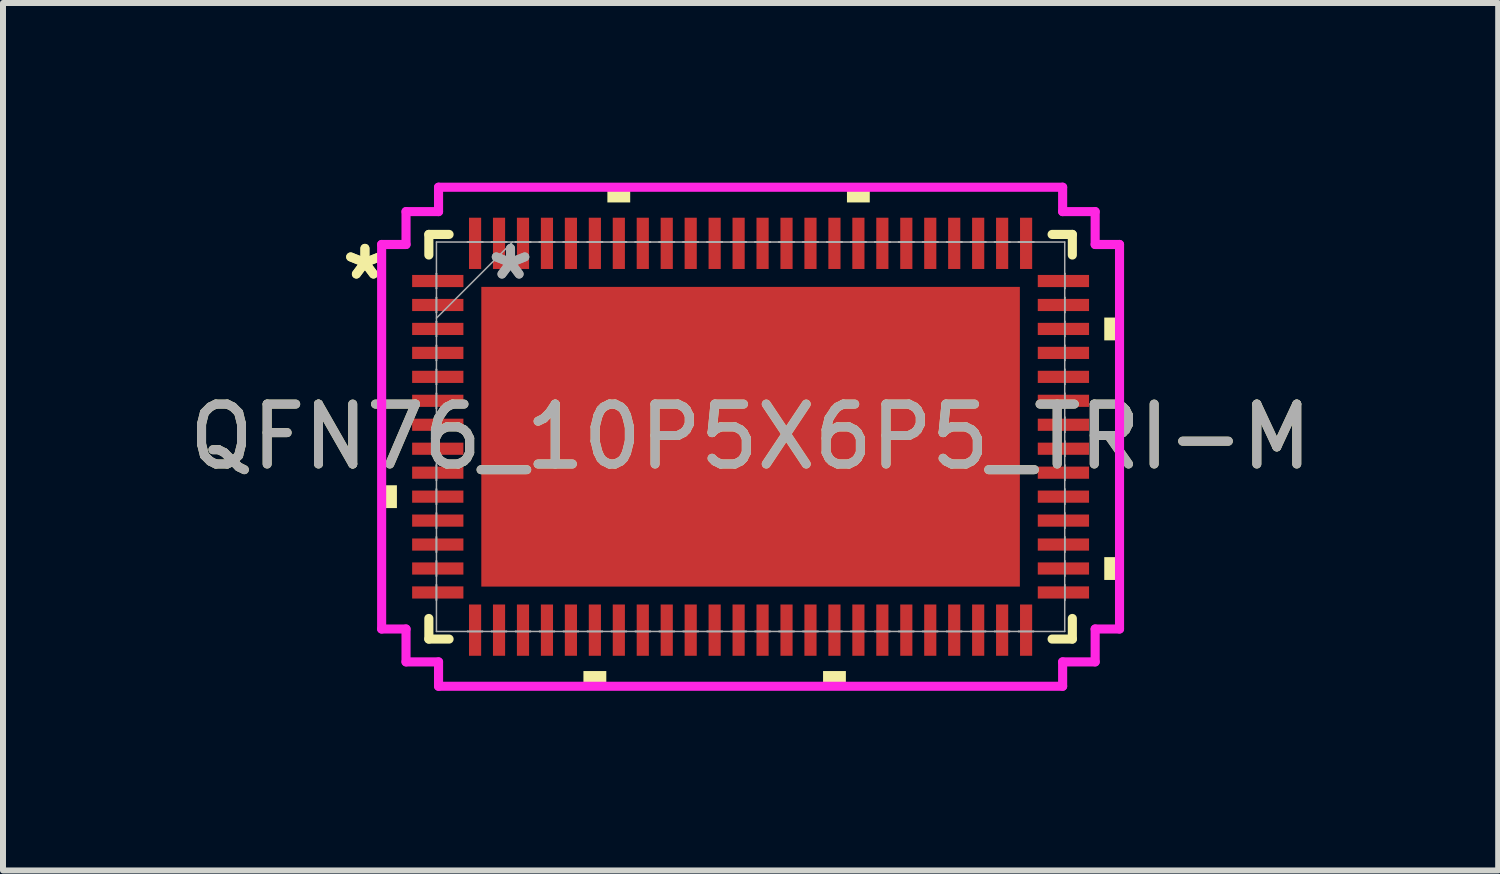
<source format=kicad_pcb>
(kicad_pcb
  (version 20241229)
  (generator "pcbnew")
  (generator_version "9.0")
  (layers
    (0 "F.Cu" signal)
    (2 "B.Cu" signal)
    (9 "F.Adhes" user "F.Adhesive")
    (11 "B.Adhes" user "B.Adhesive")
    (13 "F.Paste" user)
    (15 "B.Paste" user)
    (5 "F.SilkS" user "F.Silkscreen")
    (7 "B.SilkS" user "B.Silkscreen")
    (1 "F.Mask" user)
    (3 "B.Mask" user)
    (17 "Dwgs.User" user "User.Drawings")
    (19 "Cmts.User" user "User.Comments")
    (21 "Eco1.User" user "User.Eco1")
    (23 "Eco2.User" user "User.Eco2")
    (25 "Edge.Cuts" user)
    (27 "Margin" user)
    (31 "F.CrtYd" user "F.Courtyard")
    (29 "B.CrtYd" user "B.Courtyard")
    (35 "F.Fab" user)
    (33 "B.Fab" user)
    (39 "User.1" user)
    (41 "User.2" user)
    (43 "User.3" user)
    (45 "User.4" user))
  (footprint "QFN76_10P5X6P5_TRI-M"
    (layer "F.Cu")
    (at 9.482 4.242)
    (property "Reference" "QFN76_10P5X6P5_TRI-M" (at 0 0 0) (unlocked yes) (layer "F.SilkS") (effects (font (size 1 1) (thickness 0.15))))
    (attr smd)
    (fp_line (start -5.372 -3.378) (end -5.372 -3.034) (stroke (width 0.152) (type solid)) (layer "F.SilkS"))
    (fp_line (start -5.372 3.034) (end -5.372 3.378) (stroke (width 0.152) (type solid)) (layer "F.SilkS"))
    (fp_line (start -5.372 3.378) (end -5.034 3.378) (stroke (width 0.152) (type solid)) (layer "F.SilkS"))
    (fp_line (start -5.034 -3.378) (end -5.372 -3.378) (stroke (width 0.152) (type solid)) (layer "F.SilkS"))
    (fp_line (start 5.034 3.378) (end 5.372 3.378) (stroke (width 0.152) (type solid)) (layer "F.SilkS"))
    (fp_line (start 5.372 -3.378) (end 5.034 -3.378) (stroke (width 0.152) (type solid)) (layer "F.SilkS"))
    (fp_line (start 5.372 -3.034) (end 5.372 -3.378) (stroke (width 0.152) (type solid)) (layer "F.SilkS"))
    (fp_line (start 5.372 3.378) (end 5.372 3.034) (stroke (width 0.152) (type solid)) (layer "F.SilkS"))
    (fp_poly (pts (xy -6.16 0.81) (xy -6.16 1.191) (xy -5.905 1.191) (xy -5.905 0.81)) (stroke (width 0) (type solid)) (fill yes) (layer "F.SilkS"))
    (fp_poly (pts (xy -2.791 3.912) (xy -2.791 4.166) (xy -2.409 4.166) (xy -2.409 3.912)) (stroke (width 0) (type solid)) (fill yes) (layer "F.SilkS"))
    (fp_poly (pts (xy -2.391 -3.912) (xy -2.391 -4.166) (xy -2.01 -4.166) (xy -2.01 -3.912)) (stroke (width 0) (type solid)) (fill yes) (layer "F.SilkS"))
    (fp_poly (pts (xy 1.21 3.912) (xy 1.21 4.166) (xy 1.591 4.166) (xy 1.591 3.912)) (stroke (width 0) (type solid)) (fill yes) (layer "F.SilkS"))
    (fp_poly (pts (xy 1.609 -3.912) (xy 1.609 -4.166) (xy 1.99 -4.166) (xy 1.99 -3.912)) (stroke (width 0) (type solid)) (fill yes) (layer "F.SilkS"))
    (fp_poly (pts (xy 6.16 -1.99) (xy 6.16 -1.609) (xy 5.905 -1.609) (xy 5.905 -1.99)) (stroke (width 0) (type solid)) (fill yes) (layer "F.SilkS"))
    (fp_poly (pts (xy 6.16 2.01) (xy 6.16 2.391) (xy 5.905 2.391) (xy 5.905 2.01)) (stroke (width 0) (type solid)) (fill yes) (layer "F.SilkS"))
    (fp_line (start -6.16 -3.21) (end -5.753 -3.21) (stroke (width 0.152) (type solid)) (layer "F.CrtYd"))
    (fp_line (start -6.16 3.21) (end -6.16 -3.21) (stroke (width 0.152) (type solid)) (layer "F.CrtYd"))
    (fp_line (start -5.753 -3.759) (end -5.21 -3.759) (stroke (width 0.152) (type solid)) (layer "F.CrtYd"))
    (fp_line (start -5.753 -3.21) (end -5.753 -3.759) (stroke (width 0.152) (type solid)) (layer "F.CrtYd"))
    (fp_line (start -5.753 3.21) (end -6.16 3.21) (stroke (width 0.152) (type solid)) (layer "F.CrtYd"))
    (fp_line (start -5.753 3.759) (end -5.753 3.21) (stroke (width 0.152) (type solid)) (layer "F.CrtYd"))
    (fp_line (start -5.21 -4.166) (end 5.21 -4.166) (stroke (width 0.152) (type solid)) (layer "F.CrtYd"))
    (fp_line (start -5.21 -3.759) (end -5.21 -4.166) (stroke (width 0.152) (type solid)) (layer "F.CrtYd"))
    (fp_line (start -5.21 3.759) (end -5.753 3.759) (stroke (width 0.152) (type solid)) (layer "F.CrtYd"))
    (fp_line (start -5.21 4.166) (end -5.21 3.759) (stroke (width 0.152) (type solid)) (layer "F.CrtYd"))
    (fp_line (start 5.21 -4.166) (end 5.21 -3.759) (stroke (width 0.152) (type solid)) (layer "F.CrtYd"))
    (fp_line (start 5.21 -3.759) (end 5.753 -3.759) (stroke (width 0.152) (type solid)) (layer "F.CrtYd"))
    (fp_line (start 5.21 3.759) (end 5.21 4.166) (stroke (width 0.152) (type solid)) (layer "F.CrtYd"))
    (fp_line (start 5.21 4.166) (end -5.21 4.166) (stroke (width 0.152) (type solid)) (layer "F.CrtYd"))
    (fp_line (start 5.753 -3.759) (end 5.753 -3.21) (stroke (width 0.152) (type solid)) (layer "F.CrtYd"))
    (fp_line (start 5.753 -3.21) (end 6.16 -3.21) (stroke (width 0.152) (type solid)) (layer "F.CrtYd"))
    (fp_line (start 5.753 3.21) (end 5.753 3.759) (stroke (width 0.152) (type solid)) (layer "F.CrtYd"))
    (fp_line (start 5.753 3.759) (end 5.21 3.759) (stroke (width 0.152) (type solid)) (layer "F.CrtYd"))
    (fp_line (start 6.16 -3.21) (end 6.16 3.21) (stroke (width 0.152) (type solid)) (layer "F.CrtYd"))
    (fp_line (start 6.16 3.21) (end 5.753 3.21) (stroke (width 0.152) (type solid)) (layer "F.CrtYd"))
    (fp_line (start -5.245 -3.251) (end -5.245 3.251) (stroke (width 0.025) (type solid)) (layer "F.Fab"))
    (fp_line (start -5.245 -2.727) (end -5.245 -2.727) (stroke (width 0.025) (type solid)) (layer "F.Fab"))
    (fp_line (start -5.245 -2.727) (end -5.245 -2.473) (stroke (width 0.025) (type solid)) (layer "F.Fab"))
    (fp_line (start -5.245 -2.473) (end -5.245 -2.727) (stroke (width 0.025) (type solid)) (layer "F.Fab"))
    (fp_line (start -5.245 -2.473) (end -5.245 -2.473) (stroke (width 0.025) (type solid)) (layer "F.Fab"))
    (fp_line (start -5.245 -2.327) (end -5.245 -2.327) (stroke (width 0.025) (type solid)) (layer "F.Fab"))
    (fp_line (start -5.245 -2.327) (end -5.245 -2.073) (stroke (width 0.025) (type solid)) (layer "F.Fab"))
    (fp_line (start -5.245 -2.073) (end -5.245 -2.327) (stroke (width 0.025) (type solid)) (layer "F.Fab"))
    (fp_line (start -5.245 -2.073) (end -5.245 -2.073) (stroke (width 0.025) (type solid)) (layer "F.Fab"))
    (fp_line (start -5.245 -1.981) (end -3.975 -3.251) (stroke (width 0.025) (type solid)) (layer "F.Fab"))
    (fp_line (start -5.245 -1.927) (end -5.245 -1.927) (stroke (width 0.025) (type solid)) (layer "F.Fab"))
    (fp_line (start -5.245 -1.927) (end -5.245 -1.673) (stroke (width 0.025) (type solid)) (layer "F.Fab"))
    (fp_line (start -5.245 -1.673) (end -5.245 -1.927) (stroke (width 0.025) (type solid)) (layer "F.Fab"))
    (fp_line (start -5.245 -1.673) (end -5.245 -1.673) (stroke (width 0.025) (type solid)) (layer "F.Fab"))
    (fp_line (start -5.245 -1.527) (end -5.245 -1.527) (stroke (width 0.025) (type solid)) (layer "F.Fab"))
    (fp_line (start -5.245 -1.527) (end -5.245 -1.273) (stroke (width 0.025) (type solid)) (layer "F.Fab"))
    (fp_line (start -5.245 -1.273) (end -5.245 -1.527) (stroke (width 0.025) (type solid)) (layer "F.Fab"))
    (fp_line (start -5.245 -1.273) (end -5.245 -1.273) (stroke (width 0.025) (type solid)) (layer "F.Fab"))
    (fp_line (start -5.245 -1.127) (end -5.245 -1.127) (stroke (width 0.025) (type solid)) (layer "F.Fab"))
    (fp_line (start -5.245 -1.127) (end -5.245 -0.873) (stroke (width 0.025) (type solid)) (layer "F.Fab"))
    (fp_line (start -5.245 -0.873) (end -5.245 -1.127) (stroke (width 0.025) (type solid)) (layer "F.Fab"))
    (fp_line (start -5.245 -0.873) (end -5.245 -0.873) (stroke (width 0.025) (type solid)) (layer "F.Fab"))
    (fp_line (start -5.245 -0.727) (end -5.245 -0.727) (stroke (width 0.025) (type solid)) (layer "F.Fab"))
    (fp_line (start -5.245 -0.727) (end -5.245 -0.473) (stroke (width 0.025) (type solid)) (layer "F.Fab"))
    (fp_line (start -5.245 -0.473) (end -5.245 -0.727) (stroke (width 0.025) (type solid)) (layer "F.Fab"))
    (fp_line (start -5.245 -0.473) (end -5.245 -0.473) (stroke (width 0.025) (type solid)) (layer "F.Fab"))
    (fp_line (start -5.245 -0.327) (end -5.245 -0.327) (stroke (width 0.025) (type solid)) (layer "F.Fab"))
    (fp_line (start -5.245 -0.327) (end -5.245 -0.073) (stroke (width 0.025) (type solid)) (layer "F.Fab"))
    (fp_line (start -5.245 -0.073) (end -5.245 -0.327) (stroke (width 0.025) (type solid)) (layer "F.Fab"))
    (fp_line (start -5.245 -0.073) (end -5.245 -0.073) (stroke (width 0.025) (type solid)) (layer "F.Fab"))
    (fp_line (start -5.245 0.073) (end -5.245 0.073) (stroke (width 0.025) (type solid)) (layer "F.Fab"))
    (fp_line (start -5.245 0.073) (end -5.245 0.327) (stroke (width 0.025) (type solid)) (layer "F.Fab"))
    (fp_line (start -5.245 0.327) (end -5.245 0.073) (stroke (width 0.025) (type solid)) (layer "F.Fab"))
    (fp_line (start -5.245 0.327) (end -5.245 0.327) (stroke (width 0.025) (type solid)) (layer "F.Fab"))
    (fp_line (start -5.245 0.473) (end -5.245 0.473) (stroke (width 0.025) (type solid)) (layer "F.Fab"))
    (fp_line (start -5.245 0.473) (end -5.245 0.727) (stroke (width 0.025) (type solid)) (layer "F.Fab"))
    (fp_line (start -5.245 0.727) (end -5.245 0.473) (stroke (width 0.025) (type solid)) (layer "F.Fab"))
    (fp_line (start -5.245 0.727) (end -5.245 0.727) (stroke (width 0.025) (type solid)) (layer "F.Fab"))
    (fp_line (start -5.245 0.873) (end -5.245 0.873) (stroke (width 0.025) (type solid)) (layer "F.Fab"))
    (fp_line (start -5.245 0.873) (end -5.245 1.127) (stroke (width 0.025) (type solid)) (layer "F.Fab"))
    (fp_line (start -5.245 1.127) (end -5.245 0.873) (stroke (width 0.025) (type solid)) (layer "F.Fab"))
    (fp_line (start -5.245 1.127) (end -5.245 1.127) (stroke (width 0.025) (type solid)) (layer "F.Fab"))
    (fp_line (start -5.245 1.273) (end -5.245 1.273) (stroke (width 0.025) (type solid)) (layer "F.Fab"))
    (fp_line (start -5.245 1.273) (end -5.245 1.527) (stroke (width 0.025) (type solid)) (layer "F.Fab"))
    (fp_line (start -5.245 1.527) (end -5.245 1.273) (stroke (width 0.025) (type solid)) (layer "F.Fab"))
    (fp_line (start -5.245 1.527) (end -5.245 1.527) (stroke (width 0.025) (type solid)) (layer "F.Fab"))
    (fp_line (start -5.245 1.673) (end -5.245 1.673) (stroke (width 0.025) (type solid)) (layer "F.Fab"))
    (fp_line (start -5.245 1.673) (end -5.245 1.927) (stroke (width 0.025) (type solid)) (layer "F.Fab"))
    (fp_line (start -5.245 1.927) (end -5.245 1.673) (stroke (width 0.025) (type solid)) (layer "F.Fab"))
    (fp_line (start -5.245 1.927) (end -5.245 1.927) (stroke (width 0.025) (type solid)) (layer "F.Fab"))
    (fp_line (start -5.245 2.073) (end -5.245 2.073) (stroke (width 0.025) (type solid)) (layer "F.Fab"))
    (fp_line (start -5.245 2.073) (end -5.245 2.327) (stroke (width 0.025) (type solid)) (layer "F.Fab"))
    (fp_line (start -5.245 2.327) (end -5.245 2.073) (stroke (width 0.025) (type solid)) (layer "F.Fab"))
    (fp_line (start -5.245 2.327) (end -5.245 2.327) (stroke (width 0.025) (type solid)) (layer "F.Fab"))
    (fp_line (start -5.245 2.473) (end -5.245 2.473) (stroke (width 0.025) (type solid)) (layer "F.Fab"))
    (fp_line (start -5.245 2.473) (end -5.245 2.727) (stroke (width 0.025) (type solid)) (layer "F.Fab"))
    (fp_line (start -5.245 2.727) (end -5.245 2.473) (stroke (width 0.025) (type solid)) (layer "F.Fab"))
    (fp_line (start -5.245 2.727) (end -5.245 2.727) (stroke (width 0.025) (type solid)) (layer "F.Fab"))
    (fp_line (start -5.245 3.251) (end 5.245 3.251) (stroke (width 0.025) (type solid)) (layer "F.Fab"))
    (fp_line (start -4.727 -3.251) (end -4.727 -3.251) (stroke (width 0.025) (type solid)) (layer "F.Fab"))
    (fp_line (start -4.727 -3.251) (end -4.473 -3.251) (stroke (width 0.025) (type solid)) (layer "F.Fab"))
    (fp_line (start -4.727 3.251) (end -4.727 3.251) (stroke (width 0.025) (type solid)) (layer "F.Fab"))
    (fp_line (start -4.727 3.251) (end -4.473 3.251) (stroke (width 0.025) (type solid)) (layer "F.Fab"))
    (fp_line (start -4.473 -3.251) (end -4.727 -3.251) (stroke (width 0.025) (type solid)) (layer "F.Fab"))
    (fp_line (start -4.473 -3.251) (end -4.473 -3.251) (stroke (width 0.025) (type solid)) (layer "F.Fab"))
    (fp_line (start -4.473 3.251) (end -4.727 3.251) (stroke (width 0.025) (type solid)) (layer "F.Fab"))
    (fp_line (start -4.473 3.251) (end -4.473 3.251) (stroke (width 0.025) (type solid)) (layer "F.Fab"))
    (fp_line (start -4.327 -3.251) (end -4.327 -3.251) (stroke (width 0.025) (type solid)) (layer "F.Fab"))
    (fp_line (start -4.327 -3.251) (end -4.073 -3.251) (stroke (width 0.025) (type solid)) (layer "F.Fab"))
    (fp_line (start -4.327 3.251) (end -4.327 3.251) (stroke (width 0.025) (type solid)) (layer "F.Fab"))
    (fp_line (start -4.327 3.251) (end -4.073 3.251) (stroke (width 0.025) (type solid)) (layer "F.Fab"))
    (fp_line (start -4.073 -3.251) (end -4.327 -3.251) (stroke (width 0.025) (type solid)) (layer "F.Fab"))
    (fp_line (start -4.073 -3.251) (end -4.073 -3.251) (stroke (width 0.025) (type solid)) (layer "F.Fab"))
    (fp_line (start -4.073 3.251) (end -4.327 3.251) (stroke (width 0.025) (type solid)) (layer "F.Fab"))
    (fp_line (start -4.073 3.251) (end -4.073 3.251) (stroke (width 0.025) (type solid)) (layer "F.Fab"))
    (fp_line (start -3.927 -3.251) (end -3.927 -3.251) (stroke (width 0.025) (type solid)) (layer "F.Fab"))
    (fp_line (start -3.927 -3.251) (end -3.673 -3.251) (stroke (width 0.025) (type solid)) (layer "F.Fab"))
    (fp_line (start -3.927 3.251) (end -3.927 3.251) (stroke (width 0.025) (type solid)) (layer "F.Fab"))
    (fp_line (start -3.927 3.251) (end -3.673 3.251) (stroke (width 0.025) (type solid)) (layer "F.Fab"))
    (fp_line (start -3.673 -3.251) (end -3.927 -3.251) (stroke (width 0.025) (type solid)) (layer "F.Fab"))
    (fp_line (start -3.673 -3.251) (end -3.673 -3.251) (stroke (width 0.025) (type solid)) (layer "F.Fab"))
    (fp_line (start -3.673 3.251) (end -3.927 3.251) (stroke (width 0.025) (type solid)) (layer "F.Fab"))
    (fp_line (start -3.673 3.251) (end -3.673 3.251) (stroke (width 0.025) (type solid)) (layer "F.Fab"))
    (fp_line (start -3.527 -3.251) (end -3.527 -3.251) (stroke (width 0.025) (type solid)) (layer "F.Fab"))
    (fp_line (start -3.527 -3.251) (end -3.273 -3.251) (stroke (width 0.025) (type solid)) (layer "F.Fab"))
    (fp_line (start -3.527 3.251) (end -3.527 3.251) (stroke (width 0.025) (type solid)) (layer "F.Fab"))
    (fp_line (start -3.527 3.251) (end -3.273 3.251) (stroke (width 0.025) (type solid)) (layer "F.Fab"))
    (fp_line (start -3.273 -3.251) (end -3.527 -3.251) (stroke (width 0.025) (type solid)) (layer "F.Fab"))
    (fp_line (start -3.273 -3.251) (end -3.273 -3.251) (stroke (width 0.025) (type solid)) (layer "F.Fab"))
    (fp_line (start -3.273 3.251) (end -3.527 3.251) (stroke (width 0.025) (type solid)) (layer "F.Fab"))
    (fp_line (start -3.273 3.251) (end -3.273 3.251) (stroke (width 0.025) (type solid)) (layer "F.Fab"))
    (fp_line (start -3.127 -3.251) (end -3.127 -3.251) (stroke (width 0.025) (type solid)) (layer "F.Fab"))
    (fp_line (start -3.127 -3.251) (end -2.873 -3.251) (stroke (width 0.025) (type solid)) (layer "F.Fab"))
    (fp_line (start -3.127 3.251) (end -3.127 3.251) (stroke (width 0.025) (type solid)) (layer "F.Fab"))
    (fp_line (start -3.127 3.251) (end -2.873 3.251) (stroke (width 0.025) (type solid)) (layer "F.Fab"))
    (fp_line (start -2.873 -3.251) (end -3.127 -3.251) (stroke (width 0.025) (type solid)) (layer "F.Fab"))
    (fp_line (start -2.873 -3.251) (end -2.873 -3.251) (stroke (width 0.025) (type solid)) (layer "F.Fab"))
    (fp_line (start -2.873 3.251) (end -3.127 3.251) (stroke (width 0.025) (type solid)) (layer "F.Fab"))
    (fp_line (start -2.873 3.251) (end -2.873 3.251) (stroke (width 0.025) (type solid)) (layer "F.Fab"))
    (fp_line (start -2.727 -3.251) (end -2.727 -3.251) (stroke (width 0.025) (type solid)) (layer "F.Fab"))
    (fp_line (start -2.727 -3.251) (end -2.473 -3.251) (stroke (width 0.025) (type solid)) (layer "F.Fab"))
    (fp_line (start -2.727 3.251) (end -2.727 3.251) (stroke (width 0.025) (type solid)) (layer "F.Fab"))
    (fp_line (start -2.727 3.251) (end -2.473 3.251) (stroke (width 0.025) (type solid)) (layer "F.Fab"))
    (fp_line (start -2.473 -3.251) (end -2.727 -3.251) (stroke (width 0.025) (type solid)) (layer "F.Fab"))
    (fp_line (start -2.473 -3.251) (end -2.473 -3.251) (stroke (width 0.025) (type solid)) (layer "F.Fab"))
    (fp_line (start -2.473 3.251) (end -2.727 3.251) (stroke (width 0.025) (type solid)) (layer "F.Fab"))
    (fp_line (start -2.473 3.251) (end -2.473 3.251) (stroke (width 0.025) (type solid)) (layer "F.Fab"))
    (fp_line (start -2.327 -3.251) (end -2.327 -3.251) (stroke (width 0.025) (type solid)) (layer "F.Fab"))
    (fp_line (start -2.327 -3.251) (end -2.073 -3.251) (stroke (width 0.025) (type solid)) (layer "F.Fab"))
    (fp_line (start -2.327 3.251) (end -2.327 3.251) (stroke (width 0.025) (type solid)) (layer "F.Fab"))
    (fp_line (start -2.327 3.251) (end -2.073 3.251) (stroke (width 0.025) (type solid)) (layer "F.Fab"))
    (fp_line (start -2.073 -3.251) (end -2.327 -3.251) (stroke (width 0.025) (type solid)) (layer "F.Fab"))
    (fp_line (start -2.073 -3.251) (end -2.073 -3.251) (stroke (width 0.025) (type solid)) (layer "F.Fab"))
    (fp_line (start -2.073 3.251) (end -2.327 3.251) (stroke (width 0.025) (type solid)) (layer "F.Fab"))
    (fp_line (start -2.073 3.251) (end -2.073 3.251) (stroke (width 0.025) (type solid)) (layer "F.Fab"))
    (fp_line (start -1.927 -3.251) (end -1.927 -3.251) (stroke (width 0.025) (type solid)) (layer "F.Fab"))
    (fp_line (start -1.927 -3.251) (end -1.673 -3.251) (stroke (width 0.025) (type solid)) (layer "F.Fab"))
    (fp_line (start -1.927 3.251) (end -1.927 3.251) (stroke (width 0.025) (type solid)) (layer "F.Fab"))
    (fp_line (start -1.927 3.251) (end -1.673 3.251) (stroke (width 0.025) (type solid)) (layer "F.Fab"))
    (fp_line (start -1.673 -3.251) (end -1.927 -3.251) (stroke (width 0.025) (type solid)) (layer "F.Fab"))
    (fp_line (start -1.673 -3.251) (end -1.673 -3.251) (stroke (width 0.025) (type solid)) (layer "F.Fab"))
    (fp_line (start -1.673 3.251) (end -1.927 3.251) (stroke (width 0.025) (type solid)) (layer "F.Fab"))
    (fp_line (start -1.673 3.251) (end -1.673 3.251) (stroke (width 0.025) (type solid)) (layer "F.Fab"))
    (fp_line (start -1.527 -3.251) (end -1.527 -3.251) (stroke (width 0.025) (type solid)) (layer "F.Fab"))
    (fp_line (start -1.527 -3.251) (end -1.273 -3.251) (stroke (width 0.025) (type solid)) (layer "F.Fab"))
    (fp_line (start -1.527 3.251) (end -1.527 3.251) (stroke (width 0.025) (type solid)) (layer "F.Fab"))
    (fp_line (start -1.527 3.251) (end -1.273 3.251) (stroke (width 0.025) (type solid)) (layer "F.Fab"))
    (fp_line (start -1.273 -3.251) (end -1.527 -3.251) (stroke (width 0.025) (type solid)) (layer "F.Fab"))
    (fp_line (start -1.273 -3.251) (end -1.273 -3.251) (stroke (width 0.025) (type solid)) (layer "F.Fab"))
    (fp_line (start -1.273 3.251) (end -1.527 3.251) (stroke (width 0.025) (type solid)) (layer "F.Fab"))
    (fp_line (start -1.273 3.251) (end -1.273 3.251) (stroke (width 0.025) (type solid)) (layer "F.Fab"))
    (fp_line (start -1.127 -3.251) (end -1.127 -3.251) (stroke (width 0.025) (type solid)) (layer "F.Fab"))
    (fp_line (start -1.127 -3.251) (end -0.873 -3.251) (stroke (width 0.025) (type solid)) (layer "F.Fab"))
    (fp_line (start -1.127 3.251) (end -1.127 3.251) (stroke (width 0.025) (type solid)) (layer "F.Fab"))
    (fp_line (start -1.127 3.251) (end -0.873 3.251) (stroke (width 0.025) (type solid)) (layer "F.Fab"))
    (fp_line (start -0.873 -3.251) (end -1.127 -3.251) (stroke (width 0.025) (type solid)) (layer "F.Fab"))
    (fp_line (start -0.873 -3.251) (end -0.873 -3.251) (stroke (width 0.025) (type solid)) (layer "F.Fab"))
    (fp_line (start -0.873 3.251) (end -1.127 3.251) (stroke (width 0.025) (type solid)) (layer "F.Fab"))
    (fp_line (start -0.873 3.251) (end -0.873 3.251) (stroke (width 0.025) (type solid)) (layer "F.Fab"))
    (fp_line (start -0.727 -3.251) (end -0.727 -3.251) (stroke (width 0.025) (type solid)) (layer "F.Fab"))
    (fp_line (start -0.727 -3.251) (end -0.473 -3.251) (stroke (width 0.025) (type solid)) (layer "F.Fab"))
    (fp_line (start -0.727 3.251) (end -0.727 3.251) (stroke (width 0.025) (type solid)) (layer "F.Fab"))
    (fp_line (start -0.727 3.251) (end -0.473 3.251) (stroke (width 0.025) (type solid)) (layer "F.Fab"))
    (fp_line (start -0.473 -3.251) (end -0.727 -3.251) (stroke (width 0.025) (type solid)) (layer "F.Fab"))
    (fp_line (start -0.473 -3.251) (end -0.473 -3.251) (stroke (width 0.025) (type solid)) (layer "F.Fab"))
    (fp_line (start -0.473 3.251) (end -0.727 3.251) (stroke (width 0.025) (type solid)) (layer "F.Fab"))
    (fp_line (start -0.473 3.251) (end -0.473 3.251) (stroke (width 0.025) (type solid)) (layer "F.Fab"))
    (fp_line (start -0.327 -3.251) (end -0.327 -3.251) (stroke (width 0.025) (type solid)) (layer "F.Fab"))
    (fp_line (start -0.327 -3.251) (end -0.073 -3.251) (stroke (width 0.025) (type solid)) (layer "F.Fab"))
    (fp_line (start -0.327 3.251) (end -0.327 3.251) (stroke (width 0.025) (type solid)) (layer "F.Fab"))
    (fp_line (start -0.327 3.251) (end -0.073 3.251) (stroke (width 0.025) (type solid)) (layer "F.Fab"))
    (fp_line (start -0.073 -3.251) (end -0.327 -3.251) (stroke (width 0.025) (type solid)) (layer "F.Fab"))
    (fp_line (start -0.073 -3.251) (end -0.073 -3.251) (stroke (width 0.025) (type solid)) (layer "F.Fab"))
    (fp_line (start -0.073 3.251) (end -0.327 3.251) (stroke (width 0.025) (type solid)) (layer "F.Fab"))
    (fp_line (start -0.073 3.251) (end -0.073 3.251) (stroke (width 0.025) (type solid)) (layer "F.Fab"))
    (fp_line (start 0.073 -3.251) (end 0.073 -3.251) (stroke (width 0.025) (type solid)) (layer "F.Fab"))
    (fp_line (start 0.073 -3.251) (end 0.327 -3.251) (stroke (width 0.025) (type solid)) (layer "F.Fab"))
    (fp_line (start 0.073 3.251) (end 0.073 3.251) (stroke (width 0.025) (type solid)) (layer "F.Fab"))
    (fp_line (start 0.073 3.251) (end 0.327 3.251) (stroke (width 0.025) (type solid)) (layer "F.Fab"))
    (fp_line (start 0.327 -3.251) (end 0.073 -3.251) (stroke (width 0.025) (type solid)) (layer "F.Fab"))
    (fp_line (start 0.327 -3.251) (end 0.327 -3.251) (stroke (width 0.025) (type solid)) (layer "F.Fab"))
    (fp_line (start 0.327 3.251) (end 0.073 3.251) (stroke (width 0.025) (type solid)) (layer "F.Fab"))
    (fp_line (start 0.327 3.251) (end 0.327 3.251) (stroke (width 0.025) (type solid)) (layer "F.Fab"))
    (fp_line (start 0.473 -3.251) (end 0.473 -3.251) (stroke (width 0.025) (type solid)) (layer "F.Fab"))
    (fp_line (start 0.473 -3.251) (end 0.727 -3.251) (stroke (width 0.025) (type solid)) (layer "F.Fab"))
    (fp_line (start 0.473 3.251) (end 0.473 3.251) (stroke (width 0.025) (type solid)) (layer "F.Fab"))
    (fp_line (start 0.473 3.251) (end 0.727 3.251) (stroke (width 0.025) (type solid)) (layer "F.Fab"))
    (fp_line (start 0.727 -3.251) (end 0.473 -3.251) (stroke (width 0.025) (type solid)) (layer "F.Fab"))
    (fp_line (start 0.727 -3.251) (end 0.727 -3.251) (stroke (width 0.025) (type solid)) (layer "F.Fab"))
    (fp_line (start 0.727 3.251) (end 0.473 3.251) (stroke (width 0.025) (type solid)) (layer "F.Fab"))
    (fp_line (start 0.727 3.251) (end 0.727 3.251) (stroke (width 0.025) (type solid)) (layer "F.Fab"))
    (fp_line (start 0.873 -3.251) (end 0.873 -3.251) (stroke (width 0.025) (type solid)) (layer "F.Fab"))
    (fp_line (start 0.873 -3.251) (end 1.127 -3.251) (stroke (width 0.025) (type solid)) (layer "F.Fab"))
    (fp_line (start 0.873 3.251) (end 0.873 3.251) (stroke (width 0.025) (type solid)) (layer "F.Fab"))
    (fp_line (start 0.873 3.251) (end 1.127 3.251) (stroke (width 0.025) (type solid)) (layer "F.Fab"))
    (fp_line (start 1.127 -3.251) (end 0.873 -3.251) (stroke (width 0.025) (type solid)) (layer "F.Fab"))
    (fp_line (start 1.127 -3.251) (end 1.127 -3.251) (stroke (width 0.025) (type solid)) (layer "F.Fab"))
    (fp_line (start 1.127 3.251) (end 0.873 3.251) (stroke (width 0.025) (type solid)) (layer "F.Fab"))
    (fp_line (start 1.127 3.251) (end 1.127 3.251) (stroke (width 0.025) (type solid)) (layer "F.Fab"))
    (fp_line (start 1.273 -3.251) (end 1.273 -3.251) (stroke (width 0.025) (type solid)) (layer "F.Fab"))
    (fp_line (start 1.273 -3.251) (end 1.527 -3.251) (stroke (width 0.025) (type solid)) (layer "F.Fab"))
    (fp_line (start 1.273 3.251) (end 1.273 3.251) (stroke (width 0.025) (type solid)) (layer "F.Fab"))
    (fp_line (start 1.273 3.251) (end 1.527 3.251) (stroke (width 0.025) (type solid)) (layer "F.Fab"))
    (fp_line (start 1.527 -3.251) (end 1.273 -3.251) (stroke (width 0.025) (type solid)) (layer "F.Fab"))
    (fp_line (start 1.527 -3.251) (end 1.527 -3.251) (stroke (width 0.025) (type solid)) (layer "F.Fab"))
    (fp_line (start 1.527 3.251) (end 1.273 3.251) (stroke (width 0.025) (type solid)) (layer "F.Fab"))
    (fp_line (start 1.527 3.251) (end 1.527 3.251) (stroke (width 0.025) (type solid)) (layer "F.Fab"))
    (fp_line (start 1.673 -3.251) (end 1.673 -3.251) (stroke (width 0.025) (type solid)) (layer "F.Fab"))
    (fp_line (start 1.673 -3.251) (end 1.927 -3.251) (stroke (width 0.025) (type solid)) (layer "F.Fab"))
    (fp_line (start 1.673 3.251) (end 1.673 3.251) (stroke (width 0.025) (type solid)) (layer "F.Fab"))
    (fp_line (start 1.673 3.251) (end 1.927 3.251) (stroke (width 0.025) (type solid)) (layer "F.Fab"))
    (fp_line (start 1.927 -3.251) (end 1.673 -3.251) (stroke (width 0.025) (type solid)) (layer "F.Fab"))
    (fp_line (start 1.927 -3.251) (end 1.927 -3.251) (stroke (width 0.025) (type solid)) (layer "F.Fab"))
    (fp_line (start 1.927 3.251) (end 1.673 3.251) (stroke (width 0.025) (type solid)) (layer "F.Fab"))
    (fp_line (start 1.927 3.251) (end 1.927 3.251) (stroke (width 0.025) (type solid)) (layer "F.Fab"))
    (fp_line (start 2.073 -3.251) (end 2.073 -3.251) (stroke (width 0.025) (type solid)) (layer "F.Fab"))
    (fp_line (start 2.073 -3.251) (end 2.327 -3.251) (stroke (width 0.025) (type solid)) (layer "F.Fab"))
    (fp_line (start 2.073 3.251) (end 2.073 3.251) (stroke (width 0.025) (type solid)) (layer "F.Fab"))
    (fp_line (start 2.073 3.251) (end 2.327 3.251) (stroke (width 0.025) (type solid)) (layer "F.Fab"))
    (fp_line (start 2.327 -3.251) (end 2.073 -3.251) (stroke (width 0.025) (type solid)) (layer "F.Fab"))
    (fp_line (start 2.327 -3.251) (end 2.327 -3.251) (stroke (width 0.025) (type solid)) (layer "F.Fab"))
    (fp_line (start 2.327 3.251) (end 2.073 3.251) (stroke (width 0.025) (type solid)) (layer "F.Fab"))
    (fp_line (start 2.327 3.251) (end 2.327 3.251) (stroke (width 0.025) (type solid)) (layer "F.Fab"))
    (fp_line (start 2.473 -3.251) (end 2.473 -3.251) (stroke (width 0.025) (type solid)) (layer "F.Fab"))
    (fp_line (start 2.473 -3.251) (end 2.727 -3.251) (stroke (width 0.025) (type solid)) (layer "F.Fab"))
    (fp_line (start 2.473 3.251) (end 2.473 3.251) (stroke (width 0.025) (type solid)) (layer "F.Fab"))
    (fp_line (start 2.473 3.251) (end 2.727 3.251) (stroke (width 0.025) (type solid)) (layer "F.Fab"))
    (fp_line (start 2.727 -3.251) (end 2.473 -3.251) (stroke (width 0.025) (type solid)) (layer "F.Fab"))
    (fp_line (start 2.727 -3.251) (end 2.727 -3.251) (stroke (width 0.025) (type solid)) (layer "F.Fab"))
    (fp_line (start 2.727 3.251) (end 2.473 3.251) (stroke (width 0.025) (type solid)) (layer "F.Fab"))
    (fp_line (start 2.727 3.251) (end 2.727 3.251) (stroke (width 0.025) (type solid)) (layer "F.Fab"))
    (fp_line (start 2.873 -3.251) (end 2.873 -3.251) (stroke (width 0.025) (type solid)) (layer "F.Fab"))
    (fp_line (start 2.873 -3.251) (end 3.127 -3.251) (stroke (width 0.025) (type solid)) (layer "F.Fab"))
    (fp_line (start 2.873 3.251) (end 2.873 3.251) (stroke (width 0.025) (type solid)) (layer "F.Fab"))
    (fp_line (start 2.873 3.251) (end 3.127 3.251) (stroke (width 0.025) (type solid)) (layer "F.Fab"))
    (fp_line (start 3.127 -3.251) (end 2.873 -3.251) (stroke (width 0.025) (type solid)) (layer "F.Fab"))
    (fp_line (start 3.127 -3.251) (end 3.127 -3.251) (stroke (width 0.025) (type solid)) (layer "F.Fab"))
    (fp_line (start 3.127 3.251) (end 2.873 3.251) (stroke (width 0.025) (type solid)) (layer "F.Fab"))
    (fp_line (start 3.127 3.251) (end 3.127 3.251) (stroke (width 0.025) (type solid)) (layer "F.Fab"))
    (fp_line (start 3.273 -3.251) (end 3.273 -3.251) (stroke (width 0.025) (type solid)) (layer "F.Fab"))
    (fp_line (start 3.273 -3.251) (end 3.527 -3.251) (stroke (width 0.025) (type solid)) (layer "F.Fab"))
    (fp_line (start 3.273 3.251) (end 3.273 3.251) (stroke (width 0.025) (type solid)) (layer "F.Fab"))
    (fp_line (start 3.273 3.251) (end 3.527 3.251) (stroke (width 0.025) (type solid)) (layer "F.Fab"))
    (fp_line (start 3.527 -3.251) (end 3.273 -3.251) (stroke (width 0.025) (type solid)) (layer "F.Fab"))
    (fp_line (start 3.527 -3.251) (end 3.527 -3.251) (stroke (width 0.025) (type solid)) (layer "F.Fab"))
    (fp_line (start 3.527 3.251) (end 3.273 3.251) (stroke (width 0.025) (type solid)) (layer "F.Fab"))
    (fp_line (start 3.527 3.251) (end 3.527 3.251) (stroke (width 0.025) (type solid)) (layer "F.Fab"))
    (fp_line (start 3.673 -3.251) (end 3.673 -3.251) (stroke (width 0.025) (type solid)) (layer "F.Fab"))
    (fp_line (start 3.673 -3.251) (end 3.927 -3.251) (stroke (width 0.025) (type solid)) (layer "F.Fab"))
    (fp_line (start 3.673 3.251) (end 3.673 3.251) (stroke (width 0.025) (type solid)) (layer "F.Fab"))
    (fp_line (start 3.673 3.251) (end 3.927 3.251) (stroke (width 0.025) (type solid)) (layer "F.Fab"))
    (fp_line (start 3.927 -3.251) (end 3.673 -3.251) (stroke (width 0.025) (type solid)) (layer "F.Fab"))
    (fp_line (start 3.927 -3.251) (end 3.927 -3.251) (stroke (width 0.025) (type solid)) (layer "F.Fab"))
    (fp_line (start 3.927 3.251) (end 3.673 3.251) (stroke (width 0.025) (type solid)) (layer "F.Fab"))
    (fp_line (start 3.927 3.251) (end 3.927 3.251) (stroke (width 0.025) (type solid)) (layer "F.Fab"))
    (fp_line (start 4.073 -3.251) (end 4.073 -3.251) (stroke (width 0.025) (type solid)) (layer "F.Fab"))
    (fp_line (start 4.073 -3.251) (end 4.327 -3.251) (stroke (width 0.025) (type solid)) (layer "F.Fab"))
    (fp_line (start 4.073 3.251) (end 4.073 3.251) (stroke (width 0.025) (type solid)) (layer "F.Fab"))
    (fp_line (start 4.073 3.251) (end 4.327 3.251) (stroke (width 0.025) (type solid)) (layer "F.Fab"))
    (fp_line (start 4.327 -3.251) (end 4.073 -3.251) (stroke (width 0.025) (type solid)) (layer "F.Fab"))
    (fp_line (start 4.327 -3.251) (end 4.327 -3.251) (stroke (width 0.025) (type solid)) (layer "F.Fab"))
    (fp_line (start 4.327 3.251) (end 4.073 3.251) (stroke (width 0.025) (type solid)) (layer "F.Fab"))
    (fp_line (start 4.327 3.251) (end 4.327 3.251) (stroke (width 0.025) (type solid)) (layer "F.Fab"))
    (fp_line (start 4.473 -3.251) (end 4.473 -3.251) (stroke (width 0.025) (type solid)) (layer "F.Fab"))
    (fp_line (start 4.473 -3.251) (end 4.727 -3.251) (stroke (width 0.025) (type solid)) (layer "F.Fab"))
    (fp_line (start 4.473 3.251) (end 4.473 3.251) (stroke (width 0.025) (type solid)) (layer "F.Fab"))
    (fp_line (start 4.473 3.251) (end 4.727 3.251) (stroke (width 0.025) (type solid)) (layer "F.Fab"))
    (fp_line (start 4.727 -3.251) (end 4.473 -3.251) (stroke (width 0.025) (type solid)) (layer "F.Fab"))
    (fp_line (start 4.727 -3.251) (end 4.727 -3.251) (stroke (width 0.025) (type solid)) (layer "F.Fab"))
    (fp_line (start 4.727 3.251) (end 4.473 3.251) (stroke (width 0.025) (type solid)) (layer "F.Fab"))
    (fp_line (start 4.727 3.251) (end 4.727 3.251) (stroke (width 0.025) (type solid)) (layer "F.Fab"))
    (fp_line (start 5.245 -3.251) (end -5.245 -3.251) (stroke (width 0.025) (type solid)) (layer "F.Fab"))
    (fp_line (start 5.245 -2.727) (end 5.245 -2.727) (stroke (width 0.025) (type solid)) (layer "F.Fab"))
    (fp_line (start 5.245 -2.727) (end 5.245 -2.473) (stroke (width 0.025) (type solid)) (layer "F.Fab"))
    (fp_line (start 5.245 -2.473) (end 5.245 -2.727) (stroke (width 0.025) (type solid)) (layer "F.Fab"))
    (fp_line (start 5.245 -2.473) (end 5.245 -2.473) (stroke (width 0.025) (type solid)) (layer "F.Fab"))
    (fp_line (start 5.245 -2.327) (end 5.245 -2.327) (stroke (width 0.025) (type solid)) (layer "F.Fab"))
    (fp_line (start 5.245 -2.327) (end 5.245 -2.073) (stroke (width 0.025) (type solid)) (layer "F.Fab"))
    (fp_line (start 5.245 -2.073) (end 5.245 -2.327) (stroke (width 0.025) (type solid)) (layer "F.Fab"))
    (fp_line (start 5.245 -2.073) (end 5.245 -2.073) (stroke (width 0.025) (type solid)) (layer "F.Fab"))
    (fp_line (start 5.245 -1.927) (end 5.245 -1.927) (stroke (width 0.025) (type solid)) (layer "F.Fab"))
    (fp_line (start 5.245 -1.927) (end 5.245 -1.673) (stroke (width 0.025) (type solid)) (layer "F.Fab"))
    (fp_line (start 5.245 -1.673) (end 5.245 -1.927) (stroke (width 0.025) (type solid)) (layer "F.Fab"))
    (fp_line (start 5.245 -1.673) (end 5.245 -1.673) (stroke (width 0.025) (type solid)) (layer "F.Fab"))
    (fp_line (start 5.245 -1.527) (end 5.245 -1.527) (stroke (width 0.025) (type solid)) (layer "F.Fab"))
    (fp_line (start 5.245 -1.527) (end 5.245 -1.273) (stroke (width 0.025) (type solid)) (layer "F.Fab"))
    (fp_line (start 5.245 -1.273) (end 5.245 -1.527) (stroke (width 0.025) (type solid)) (layer "F.Fab"))
    (fp_line (start 5.245 -1.273) (end 5.245 -1.273) (stroke (width 0.025) (type solid)) (layer "F.Fab"))
    (fp_line (start 5.245 -1.127) (end 5.245 -1.127) (stroke (width 0.025) (type solid)) (layer "F.Fab"))
    (fp_line (start 5.245 -1.127) (end 5.245 -0.873) (stroke (width 0.025) (type solid)) (layer "F.Fab"))
    (fp_line (start 5.245 -0.873) (end 5.245 -1.127) (stroke (width 0.025) (type solid)) (layer "F.Fab"))
    (fp_line (start 5.245 -0.873) (end 5.245 -0.873) (stroke (width 0.025) (type solid)) (layer "F.Fab"))
    (fp_line (start 5.245 -0.727) (end 5.245 -0.727) (stroke (width 0.025) (type solid)) (layer "F.Fab"))
    (fp_line (start 5.245 -0.727) (end 5.245 -0.473) (stroke (width 0.025) (type solid)) (layer "F.Fab"))
    (fp_line (start 5.245 -0.473) (end 5.245 -0.727) (stroke (width 0.025) (type solid)) (layer "F.Fab"))
    (fp_line (start 5.245 -0.473) (end 5.245 -0.473) (stroke (width 0.025) (type solid)) (layer "F.Fab"))
    (fp_line (start 5.245 -0.327) (end 5.245 -0.327) (stroke (width 0.025) (type solid)) (layer "F.Fab"))
    (fp_line (start 5.245 -0.327) (end 5.245 -0.073) (stroke (width 0.025) (type solid)) (layer "F.Fab"))
    (fp_line (start 5.245 -0.073) (end 5.245 -0.327) (stroke (width 0.025) (type solid)) (layer "F.Fab"))
    (fp_line (start 5.245 -0.073) (end 5.245 -0.073) (stroke (width 0.025) (type solid)) (layer "F.Fab"))
    (fp_line (start 5.245 0.073) (end 5.245 0.073) (stroke (width 0.025) (type solid)) (layer "F.Fab"))
    (fp_line (start 5.245 0.073) (end 5.245 0.327) (stroke (width 0.025) (type solid)) (layer "F.Fab"))
    (fp_line (start 5.245 0.327) (end 5.245 0.073) (stroke (width 0.025) (type solid)) (layer "F.Fab"))
    (fp_line (start 5.245 0.327) (end 5.245 0.327) (stroke (width 0.025) (type solid)) (layer "F.Fab"))
    (fp_line (start 5.245 0.473) (end 5.245 0.473) (stroke (width 0.025) (type solid)) (layer "F.Fab"))
    (fp_line (start 5.245 0.473) (end 5.245 0.727) (stroke (width 0.025) (type solid)) (layer "F.Fab"))
    (fp_line (start 5.245 0.727) (end 5.245 0.473) (stroke (width 0.025) (type solid)) (layer "F.Fab"))
    (fp_line (start 5.245 0.727) (end 5.245 0.727) (stroke (width 0.025) (type solid)) (layer "F.Fab"))
    (fp_line (start 5.245 0.873) (end 5.245 0.873) (stroke (width 0.025) (type solid)) (layer "F.Fab"))
    (fp_line (start 5.245 0.873) (end 5.245 1.127) (stroke (width 0.025) (type solid)) (layer "F.Fab"))
    (fp_line (start 5.245 1.127) (end 5.245 0.873) (stroke (width 0.025) (type solid)) (layer "F.Fab"))
    (fp_line (start 5.245 1.127) (end 5.245 1.127) (stroke (width 0.025) (type solid)) (layer "F.Fab"))
    (fp_line (start 5.245 1.273) (end 5.245 1.273) (stroke (width 0.025) (type solid)) (layer "F.Fab"))
    (fp_line (start 5.245 1.273) (end 5.245 1.527) (stroke (width 0.025) (type solid)) (layer "F.Fab"))
    (fp_line (start 5.245 1.527) (end 5.245 1.273) (stroke (width 0.025) (type solid)) (layer "F.Fab"))
    (fp_line (start 5.245 1.527) (end 5.245 1.527) (stroke (width 0.025) (type solid)) (layer "F.Fab"))
    (fp_line (start 5.245 1.673) (end 5.245 1.673) (stroke (width 0.025) (type solid)) (layer "F.Fab"))
    (fp_line (start 5.245 1.673) (end 5.245 1.927) (stroke (width 0.025) (type solid)) (layer "F.Fab"))
    (fp_line (start 5.245 1.927) (end 5.245 1.673) (stroke (width 0.025) (type solid)) (layer "F.Fab"))
    (fp_line (start 5.245 1.927) (end 5.245 1.927) (stroke (width 0.025) (type solid)) (layer "F.Fab"))
    (fp_line (start 5.245 2.073) (end 5.245 2.073) (stroke (width 0.025) (type solid)) (layer "F.Fab"))
    (fp_line (start 5.245 2.073) (end 5.245 2.327) (stroke (width 0.025) (type solid)) (layer "F.Fab"))
    (fp_line (start 5.245 2.327) (end 5.245 2.073) (stroke (width 0.025) (type solid)) (layer "F.Fab"))
    (fp_line (start 5.245 2.327) (end 5.245 2.327) (stroke (width 0.025) (type solid)) (layer "F.Fab"))
    (fp_line (start 5.245 2.473) (end 5.245 2.473) (stroke (width 0.025) (type solid)) (layer "F.Fab"))
    (fp_line (start 5.245 2.473) (end 5.245 2.727) (stroke (width 0.025) (type solid)) (layer "F.Fab"))
    (fp_line (start 5.245 2.727) (end 5.245 2.473) (stroke (width 0.025) (type solid)) (layer "F.Fab"))
    (fp_line (start 5.245 2.727) (end 5.245 2.727) (stroke (width 0.025) (type solid)) (layer "F.Fab"))
    (fp_line (start 5.245 3.251) (end 5.245 -3.251) (stroke (width 0.025) (type solid)) (layer "F.Fab"))
    (fp_text user "*" (at -6.439 -2.6 0) (layer "F.SilkS") (effects (font (size 1 1) (thickness 0.15))))
    (fp_text user "*" (at -6.439 -2.6 0) (unlocked yes) (layer "F.SilkS") (effects (font (size 1 1) (thickness 0.15))))
    (fp_text user "*" (at -4.008 -2.6 0) (unlocked yes) (layer "F.Fab") (effects (font (size 1 1) (thickness 0.15))))
    (fp_text user "*" (at -4.008 -2.6 0) (layer "F.Fab") (effects (font (size 1 1) (thickness 0.15))))
    (fp_text user "${REFERENCE}" (at 0 0 0) (unlocked yes) (layer "F.Fab") (effects (font (size 1 1) (thickness 0.15))))
    (pad "1" smd rect (at -5.223 -2.6 90) (size 0.203 0.856) (layers "F.Cu" "F.Mask" "F.Paste"))
    (pad "2" smd rect (at -5.223 -2.2 90) (size 0.203 0.856) (layers "F.Cu" "F.Mask" "F.Paste"))
    (pad "3" smd rect (at -5.223 -1.8 90) (size 0.203 0.856) (layers "F.Cu" "F.Mask" "F.Paste"))
    (pad "4" smd rect (at -5.223 -1.4 90) (size 0.203 0.856) (layers "F.Cu" "F.Mask" "F.Paste"))
    (pad "5" smd rect (at -5.223 -1 90) (size 0.203 0.856) (layers "F.Cu" "F.Mask" "F.Paste"))
    (pad "6" smd rect (at -5.223 -0.6 90) (size 0.203 0.856) (layers "F.Cu" "F.Mask" "F.Paste"))
    (pad "7" smd rect (at -5.223 -0.2 90) (size 0.203 0.856) (layers "F.Cu" "F.Mask" "F.Paste"))
    (pad "8" smd rect (at -5.223 0.2 90) (size 0.203 0.856) (layers "F.Cu" "F.Mask" "F.Paste"))
    (pad "9" smd rect (at -5.223 0.6 90) (size 0.203 0.856) (layers "F.Cu" "F.Mask" "F.Paste"))
    (pad "10" smd rect (at -5.223 1 90) (size 0.203 0.856) (layers "F.Cu" "F.Mask" "F.Paste"))
    (pad "11" smd rect (at -5.223 1.4 90) (size 0.203 0.856) (layers "F.Cu" "F.Mask" "F.Paste"))
    (pad "12" smd rect (at -5.223 1.8 90) (size 0.203 0.856) (layers "F.Cu" "F.Mask" "F.Paste"))
    (pad "13" smd rect (at -5.223 2.2 90) (size 0.203 0.856) (layers "F.Cu" "F.Mask" "F.Paste"))
    (pad "14" smd rect (at -5.223 2.6 90) (size 0.203 0.856) (layers "F.Cu" "F.Mask" "F.Paste"))
    (pad "15" smd rect (at -4.6 3.229) (size 0.203 0.856) (layers "F.Cu" "F.Mask" "F.Paste"))
    (pad "16" smd rect (at -4.2 3.229) (size 0.203 0.856) (layers "F.Cu" "F.Mask" "F.Paste"))
    (pad "17" smd rect (at -3.8 3.229) (size 0.203 0.856) (layers "F.Cu" "F.Mask" "F.Paste"))
    (pad "18" smd rect (at -3.4 3.229) (size 0.203 0.856) (layers "F.Cu" "F.Mask" "F.Paste"))
    (pad "19" smd rect (at -3 3.229) (size 0.203 0.856) (layers "F.Cu" "F.Mask" "F.Paste"))
    (pad "20" smd rect (at -2.6 3.229) (size 0.203 0.856) (layers "F.Cu" "F.Mask" "F.Paste"))
    (pad "21" smd rect (at -2.2 3.229) (size 0.203 0.856) (layers "F.Cu" "F.Mask" "F.Paste"))
    (pad "22" smd rect (at -1.8 3.229) (size 0.203 0.856) (layers "F.Cu" "F.Mask" "F.Paste"))
    (pad "23" smd rect (at -1.4 3.229) (size 0.203 0.856) (layers "F.Cu" "F.Mask" "F.Paste"))
    (pad "24" smd rect (at -1 3.229) (size 0.203 0.856) (layers "F.Cu" "F.Mask" "F.Paste"))
    (pad "25" smd rect (at -0.6 3.229) (size 0.203 0.856) (layers "F.Cu" "F.Mask" "F.Paste"))
    (pad "26" smd rect (at -0.2 3.229) (size 0.203 0.856) (layers "F.Cu" "F.Mask" "F.Paste"))
    (pad "27" smd rect (at 0.2 3.229) (size 0.203 0.856) (layers "F.Cu" "F.Mask" "F.Paste"))
    (pad "28" smd rect (at 0.6 3.229) (size 0.203 0.856) (layers "F.Cu" "F.Mask" "F.Paste"))
    (pad "29" smd rect (at 1 3.229) (size 0.203 0.856) (layers "F.Cu" "F.Mask" "F.Paste"))
    (pad "30" smd rect (at 1.4 3.229) (size 0.203 0.856) (layers "F.Cu" "F.Mask" "F.Paste"))
    (pad "31" smd rect (at 1.8 3.229) (size 0.203 0.856) (layers "F.Cu" "F.Mask" "F.Paste"))
    (pad "32" smd rect (at 2.2 3.229) (size 0.203 0.856) (layers "F.Cu" "F.Mask" "F.Paste"))
    (pad "33" smd rect (at 2.6 3.229) (size 0.203 0.856) (layers "F.Cu" "F.Mask" "F.Paste"))
    (pad "34" smd rect (at 3 3.229) (size 0.203 0.856) (layers "F.Cu" "F.Mask" "F.Paste"))
    (pad "35" smd rect (at 3.4 3.229) (size 0.203 0.856) (layers "F.Cu" "F.Mask" "F.Paste"))
    (pad "36" smd rect (at 3.8 3.229) (size 0.203 0.856) (layers "F.Cu" "F.Mask" "F.Paste"))
    (pad "37" smd rect (at 4.2 3.229) (size 0.203 0.856) (layers "F.Cu" "F.Mask" "F.Paste"))
    (pad "38" smd rect (at 4.6 3.229) (size 0.203 0.856) (layers "F.Cu" "F.Mask" "F.Paste"))
    (pad "39" smd rect (at 5.223 2.6 90) (size 0.203 0.856) (layers "F.Cu" "F.Mask" "F.Paste"))
    (pad "40" smd rect (at 5.223 2.2 90) (size 0.203 0.856) (layers "F.Cu" "F.Mask" "F.Paste"))
    (pad "41" smd rect (at 5.223 1.8 90) (size 0.203 0.856) (layers "F.Cu" "F.Mask" "F.Paste"))
    (pad "42" smd rect (at 5.223 1.4 90) (size 0.203 0.856) (layers "F.Cu" "F.Mask" "F.Paste"))
    (pad "43" smd rect (at 5.223 1 90) (size 0.203 0.856) (layers "F.Cu" "F.Mask" "F.Paste"))
    (pad "44" smd rect (at 5.223 0.6 90) (size 0.203 0.856) (layers "F.Cu" "F.Mask" "F.Paste"))
    (pad "45" smd rect (at 5.223 0.2 90) (size 0.203 0.856) (layers "F.Cu" "F.Mask" "F.Paste"))
    (pad "46" smd rect (at 5.223 -0.2 90) (size 0.203 0.856) (layers "F.Cu" "F.Mask" "F.Paste"))
    (pad "47" smd rect (at 5.223 -0.6 90) (size 0.203 0.856) (layers "F.Cu" "F.Mask" "F.Paste"))
    (pad "48" smd rect (at 5.223 -1 90) (size 0.203 0.856) (layers "F.Cu" "F.Mask" "F.Paste"))
    (pad "49" smd rect (at 5.223 -1.4 90) (size 0.203 0.856) (layers "F.Cu" "F.Mask" "F.Paste"))
    (pad "50" smd rect (at 5.223 -1.8 90) (size 0.203 0.856) (layers "F.Cu" "F.Mask" "F.Paste"))
    (pad "51" smd rect (at 5.223 -2.2 90) (size 0.203 0.856) (layers "F.Cu" "F.Mask" "F.Paste"))
    (pad "52" smd rect (at 5.223 -2.6 90) (size 0.203 0.856) (layers "F.Cu" "F.Mask" "F.Paste"))
    (pad "53" smd rect (at 4.6 -3.229) (size 0.203 0.856) (layers "F.Cu" "F.Mask" "F.Paste"))
    (pad "54" smd rect (at 4.2 -3.229) (size 0.203 0.856) (layers "F.Cu" "F.Mask" "F.Paste"))
    (pad "55" smd rect (at 3.8 -3.229) (size 0.203 0.856) (layers "F.Cu" "F.Mask" "F.Paste"))
    (pad "56" smd rect (at 3.4 -3.229) (size 0.203 0.856) (layers "F.Cu" "F.Mask" "F.Paste"))
    (pad "57" smd rect (at 3 -3.229) (size 0.203 0.856) (layers "F.Cu" "F.Mask" "F.Paste"))
    (pad "58" smd rect (at 2.6 -3.229) (size 0.203 0.856) (layers "F.Cu" "F.Mask" "F.Paste"))
    (pad "59" smd rect (at 2.2 -3.229) (size 0.203 0.856) (layers "F.Cu" "F.Mask" "F.Paste"))
    (pad "60" smd rect (at 1.8 -3.229) (size 0.203 0.856) (layers "F.Cu" "F.Mask" "F.Paste"))
    (pad "61" smd rect (at 1.4 -3.229) (size 0.203 0.856) (layers "F.Cu" "F.Mask" "F.Paste"))
    (pad "62" smd rect (at 1 -3.229) (size 0.203 0.856) (layers "F.Cu" "F.Mask" "F.Paste"))
    (pad "63" smd rect (at 0.6 -3.229) (size 0.203 0.856) (layers "F.Cu" "F.Mask" "F.Paste"))
    (pad "64" smd rect (at 0.2 -3.229) (size 0.203 0.856) (layers "F.Cu" "F.Mask" "F.Paste"))
    (pad "65" smd rect (at -0.2 -3.229) (size 0.203 0.856) (layers "F.Cu" "F.Mask" "F.Paste"))
    (pad "66" smd rect (at -0.6 -3.229) (size 0.203 0.856) (layers "F.Cu" "F.Mask" "F.Paste"))
    (pad "67" smd rect (at -1 -3.229) (size 0.203 0.856) (layers "F.Cu" "F.Mask" "F.Paste"))
    (pad "68" smd rect (at -1.4 -3.229) (size 0.203 0.856) (layers "F.Cu" "F.Mask" "F.Paste"))
    (pad "69" smd rect (at -1.8 -3.229) (size 0.203 0.856) (layers "F.Cu" "F.Mask" "F.Paste"))
    (pad "70" smd rect (at -2.2 -3.229) (size 0.203 0.856) (layers "F.Cu" "F.Mask" "F.Paste"))
    (pad "71" smd rect (at -2.6 -3.229) (size 0.203 0.856) (layers "F.Cu" "F.Mask" "F.Paste"))
    (pad "72" smd rect (at -3 -3.229) (size 0.203 0.856) (layers "F.Cu" "F.Mask" "F.Paste"))
    (pad "73" smd rect (at -3.4 -3.229) (size 0.203 0.856) (layers "F.Cu" "F.Mask" "F.Paste"))
    (pad "74" smd rect (at -3.8 -3.229) (size 0.203 0.856) (layers "F.Cu" "F.Mask" "F.Paste"))
    (pad "75" smd rect (at -4.2 -3.229) (size 0.203 0.856) (layers "F.Cu" "F.Mask" "F.Paste"))
    (pad "76" smd rect (at -4.6 -3.229) (size 0.203 0.856) (layers "F.Cu" "F.Mask" "F.Paste"))
    (pad "77" smd rect (at 0 0) (size 8.992 5.004) (layers "F.Cu" "F.Mask" "F.Paste")))
  (gr_rect
    (start -3 -3)
    (end 21.964 11.484)
    (stroke (width 0.1) (type default))
    (fill no)
    (layer "Edge.Cuts")))
</source>
